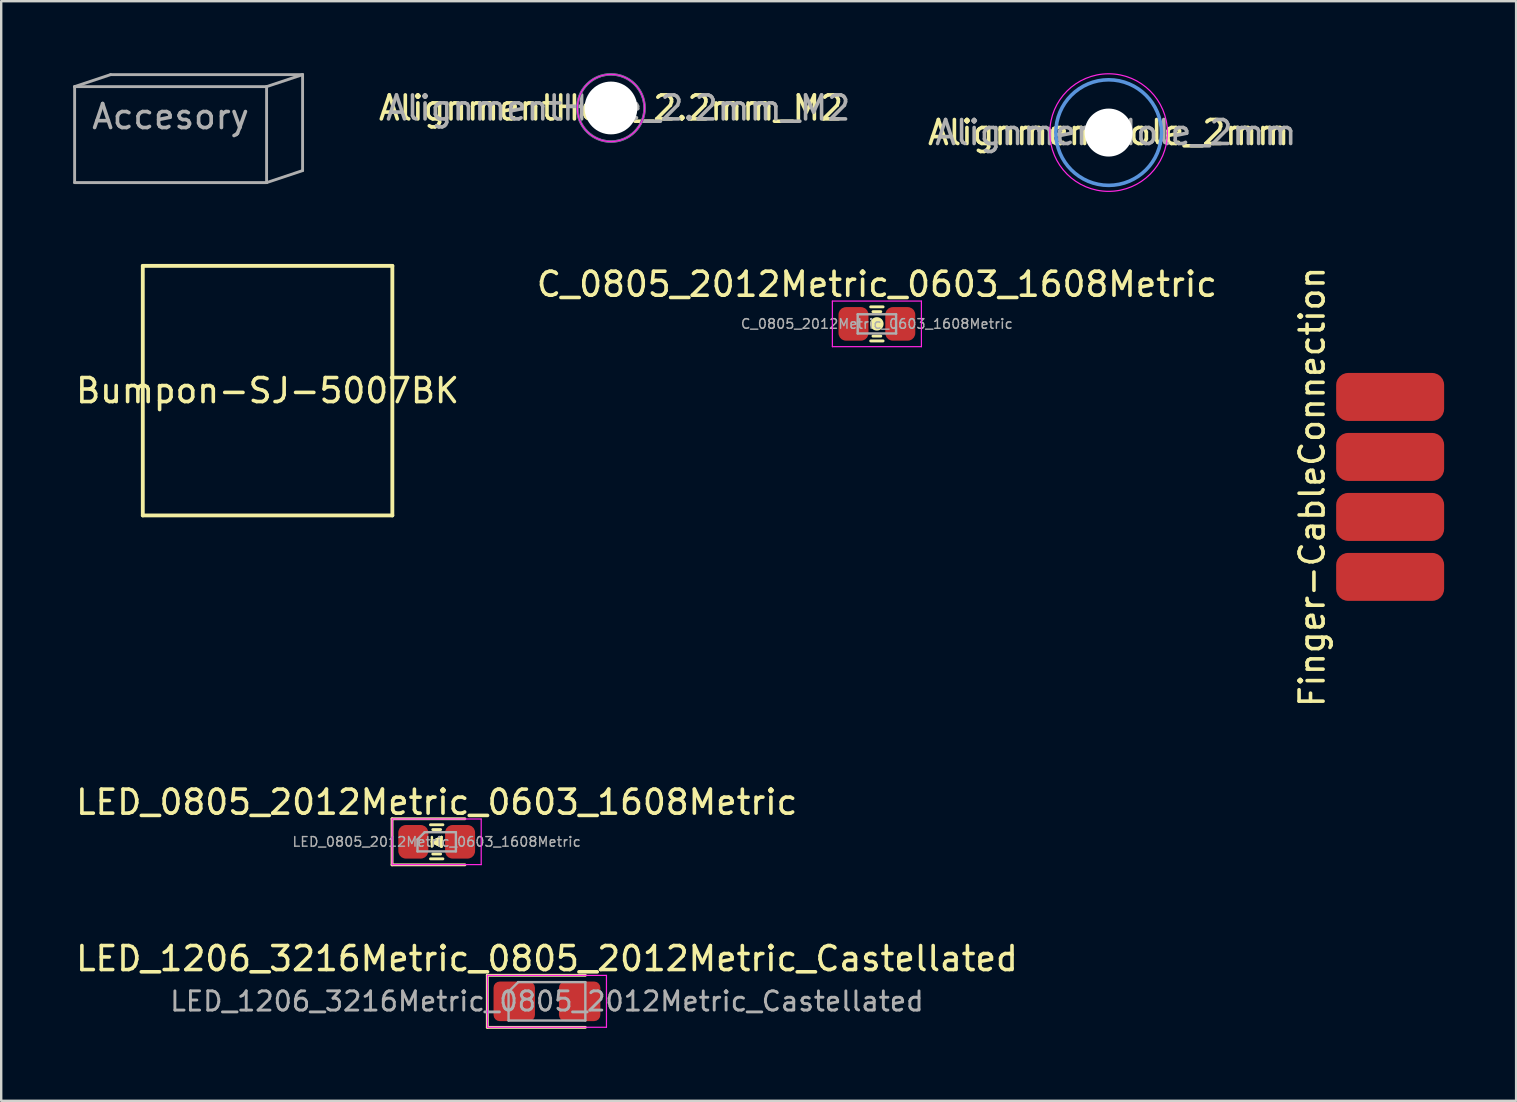
<source format=kicad_pcb>
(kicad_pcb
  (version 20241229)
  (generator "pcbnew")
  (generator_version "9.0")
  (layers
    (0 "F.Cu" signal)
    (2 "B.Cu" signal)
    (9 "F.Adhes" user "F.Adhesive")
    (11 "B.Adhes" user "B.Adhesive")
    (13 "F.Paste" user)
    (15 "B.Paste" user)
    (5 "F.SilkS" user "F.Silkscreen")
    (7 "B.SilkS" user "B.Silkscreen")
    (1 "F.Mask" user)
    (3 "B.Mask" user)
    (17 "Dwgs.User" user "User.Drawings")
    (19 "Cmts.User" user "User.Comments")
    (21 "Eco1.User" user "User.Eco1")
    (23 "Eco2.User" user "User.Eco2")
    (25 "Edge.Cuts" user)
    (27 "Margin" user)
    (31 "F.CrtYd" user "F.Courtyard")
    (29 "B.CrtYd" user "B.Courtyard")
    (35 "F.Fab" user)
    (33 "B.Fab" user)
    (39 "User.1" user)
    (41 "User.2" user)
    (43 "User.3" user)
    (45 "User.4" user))
  (footprint "LED_0805_2012Metric_0603_1608Metric"
    (layer "F.Cu")
    (at 15.149 32.032)
    (property "Reference" "LED_0805_2012Metric_0603_1608Metric" (at 0 -1.65 0) (layer "F.SilkS") (effects (font (size 1 1) (thickness 0.15))))
    (attr smd)
    (fp_line (start -1.86 -0.96) (end -1.86 0.96) (stroke (width 0.12) (type solid)) (layer "F.SilkS"))
    (fp_line (start -1.86 0.96) (end 1.175 0.96) (stroke (width 0.12) (type solid)) (layer "F.SilkS"))
    (fp_line (start -0.259 -0.71) (end 0.259 -0.71) (stroke (width 0.12) (type solid)) (layer "F.SilkS"))
    (fp_line (start -0.259 0.71) (end 0.259 0.71) (stroke (width 0.12) (type solid)) (layer "F.SilkS"))
    (fp_line (start -0.2 0) (end 0.2 -0.2) (stroke (width 0.1) (type solid)) (layer "F.SilkS"))
    (fp_line (start -0.2 0) (end 0.2 0.2) (stroke (width 0.1) (type solid)) (layer "F.SilkS"))
    (fp_line (start -0.2 0.2) (end -0.2 -0.2) (stroke (width 0.1) (type solid)) (layer "F.SilkS"))
    (fp_line (start -0.163 -0.51) (end 0.163 -0.51) (stroke (width 0.12) (type solid)) (layer "F.SilkS"))
    (fp_line (start -0.163 0.51) (end 0.163 0.51) (stroke (width 0.12) (type solid)) (layer "F.SilkS"))
    (fp_line (start 0.2 0.2) (end 0.2 -0.2) (stroke (width 0.1) (type solid)) (layer "F.SilkS"))
    (fp_line (start 1.175 -0.96) (end -1.86 -0.96) (stroke (width 0.12) (type solid)) (layer "F.SilkS"))
    (fp_poly (pts (xy 0.2 -0.2) (xy -0.2 0) (xy 0.2 0.2)) (stroke (width 0.1) (type solid)) (fill yes) (layer "F.SilkS"))
    (fp_line (start -1.855 -0.95) (end 1.855 -0.95) (stroke (width 0.05) (type solid)) (layer "F.CrtYd"))
    (fp_line (start -1.855 0.95) (end -1.855 -0.95) (stroke (width 0.05) (type solid)) (layer "F.CrtYd"))
    (fp_line (start 1.855 -0.95) (end 1.855 0.95) (stroke (width 0.05) (type solid)) (layer "F.CrtYd"))
    (fp_line (start 1.855 0.95) (end -1.855 0.95) (stroke (width 0.05) (type solid)) (layer "F.CrtYd"))
    (fp_line (start -0.8 -0.1) (end -0.8 0.4) (stroke (width 0.1) (type solid)) (layer "F.Fab"))
    (fp_line (start -0.8 0.4) (end 0.8 0.4) (stroke (width 0.1) (type solid)) (layer "F.Fab"))
    (fp_line (start -0.5 -0.4) (end -0.8 -0.1) (stroke (width 0.1) (type solid)) (layer "F.Fab"))
    (fp_line (start 0.8 -0.4) (end -0.5 -0.4) (stroke (width 0.1) (type solid)) (layer "F.Fab"))
    (fp_line (start 0.8 0.4) (end 0.8 -0.4) (stroke (width 0.1) (type solid)) (layer "F.Fab"))
    (fp_text user "${REFERENCE}" (at 0 0 0) (layer "F.Fab") (effects (font (size 0.4 0.4) (thickness 0.06))))
    (pad "1" smd roundrect (at -0.975 0) (size 1.25 1.4) (layers "F.Cu" "F.Mask" "F.Paste") (roundrect_rratio 0.25))
    (pad "2" smd roundrect (at 0.975 0) (size 1.25 1.4) (layers "F.Cu" "F.Mask" "F.Paste") (roundrect_rratio 0.25)))
  (footprint "LED_1206_3216Metric_0805_2012Metric_Castellated"
    (layer "F.Cu")
    (at 19.744 38.68)
    (property "Reference" "LED_1206_3216Metric_0805_2012Metric_Castellated" (at 0 -1.78 0) (layer "F.SilkS") (effects (font (size 1 1) (thickness 0.15))))
    (attr smd)
    (fp_line (start -2.485 -1.085) (end -2.485 1.085) (stroke (width 0.12) (type solid)) (layer "F.SilkS"))
    (fp_line (start -2.485 1.085) (end 1.6 1.085) (stroke (width 0.12) (type solid)) (layer "F.SilkS"))
    (fp_line (start 1.6 -1.085) (end -2.485 -1.085) (stroke (width 0.12) (type solid)) (layer "F.SilkS"))
    (fp_line (start -2.48 -1.08) (end 2.48 -1.08) (stroke (width 0.05) (type solid)) (layer "F.CrtYd"))
    (fp_line (start -2.48 1.08) (end -2.48 -1.08) (stroke (width 0.05) (type solid)) (layer "F.CrtYd"))
    (fp_line (start 2.48 -1.08) (end 2.48 1.08) (stroke (width 0.05) (type solid)) (layer "F.CrtYd"))
    (fp_line (start 2.48 1.08) (end -2.48 1.08) (stroke (width 0.05) (type solid)) (layer "F.CrtYd"))
    (fp_line (start -1.6 -0.4) (end -1.6 0.8) (stroke (width 0.1) (type solid)) (layer "F.Fab"))
    (fp_line (start -1.6 0.8) (end 1.6 0.8) (stroke (width 0.1) (type solid)) (layer "F.Fab"))
    (fp_line (start -1.2 -0.8) (end -1.6 -0.4) (stroke (width 0.1) (type solid)) (layer "F.Fab"))
    (fp_line (start 1.6 -0.8) (end -1.2 -0.8) (stroke (width 0.1) (type solid)) (layer "F.Fab"))
    (fp_line (start 1.6 0.8) (end 1.6 -0.8) (stroke (width 0.1) (type solid)) (layer "F.Fab"))
    (fp_text user "${REFERENCE}" (at 0 0 0) (layer "F.Fab") (effects (font (size 0.8 0.8) (thickness 0.12))))
    (pad "1" smd roundrect (at -1.363 0) (size 1.725 1.65) (layers "F.Cu" "F.Mask" "F.Paste") (roundrect_rratio 0.156))
    (pad "2" smd roundrect (at 1.363 0) (size 1.725 1.65) (layers "F.Cu" "F.Mask" "F.Paste") (roundrect_rratio 0.156)))
  (footprint "AlignmentHole_2mm"
    (layer "F.Cu")
    (at 43.152 2.475)
    (property "Reference" "AlignmentHole_2mm" (at 0 0 0) (layer "F.SilkS") (effects (font (size 1 1) (thickness 0.15))))
    (attr exclude_from_pos_files exclude_from_bom)
    (fp_circle (center 0 0) (end 2.2 0) (stroke (width 0.15) (type solid)) (fill no) (layer "Cmts.User"))
    (fp_circle (center 0 0) (end 2.45 0) (stroke (width 0.05) (type solid)) (fill no) (layer "F.CrtYd"))
    (fp_text user "${REFERENCE}" (at 0.3 0 0) (layer "F.Fab") (effects (font (size 1 1) (thickness 0.15))))
    (pad "" np_thru_hole circle (at 0 0) (size 2 2) (drill 2) (layers "*.Cu" "*.Mask")))
  (footprint "AlignmentHole_2.2mm_M2"
    (layer "F.Cu")
    (at 22.412 1.45)
    (property "Reference" "AlignmentHole_2.2mm_M2" (at 0 0 0) (layer "F.SilkS") (effects (font (size 1 1) (thickness 0.15))))
    (attr exclude_from_pos_files exclude_from_bom)
    (fp_circle (center 0 0) (end 1.4 0) (stroke (width 0.05) (type solid)) (fill no) (layer "F.CrtYd"))
    (fp_circle (center 0 0) (end 1.4 0) (stroke (width 0.1) (type solid)) (fill no) (layer "B.Fab"))
    (fp_circle (center 0 0) (end 1.4 0) (stroke (width 0.1) (type solid)) (fill no) (layer "F.Fab"))
    (fp_text user "${REFERENCE}" (at 0.3 0 0) (layer "F.Fab") (effects (font (size 1 1) (thickness 0.15))))
    (pad "" np_thru_hole circle (at 0 0) (size 2.2 2.2) (drill 2.2) (layers "*.Cu" "*.Mask")))
  (footprint "Bumpon-SJ-5007BK"
    (layer "F.Cu")
    (at 8.101 13.23)
    (property "Reference" "Bumpon-SJ-5007BK" (at 0 0 0) (layer "F.SilkS") (effects (font (size 1 1) (thickness 0.15))))
    (attr through_hole)
    (fp_line (start -5.2 -5.2) (end -5.2 5.2) (stroke (width 0.16) (type solid)) (layer "F.SilkS"))
    (fp_line (start -5.2 -5.2) (end 5.2 -5.2) (stroke (width 0.16) (type solid)) (layer "F.SilkS"))
    (fp_line (start -5.2 5.2) (end 5.2 5.2) (stroke (width 0.16) (type solid)) (layer "F.SilkS"))
    (fp_line (start 5.2 -5.2) (end 5.2 5.2) (stroke (width 0.16) (type solid)) (layer "F.SilkS")))
  (footprint "Accesory"
    (layer "F.Cu")
    (at 4.06 2.56)
    (property "Reference" "Accesory" (at 0 -0.75 0) (layer "F.Fab") (effects (font (size 1 1) (thickness 0.15))))
    (attr through_hole)
    (fp_line (start -4 -2) (end -2.5 -2.5) (stroke (width 0.12) (type solid)) (layer "F.Fab"))
    (fp_line (start -4 -2) (end 4 -2) (stroke (width 0.12) (type solid)) (layer "F.Fab"))
    (fp_line (start -4 2) (end -4 -2) (stroke (width 0.12) (type solid)) (layer "F.Fab"))
    (fp_line (start -2.5 -2.5) (end 5.5 -2.5) (stroke (width 0.12) (type solid)) (layer "F.Fab"))
    (fp_line (start 4 -2) (end 4 2) (stroke (width 0.12) (type solid)) (layer "F.Fab"))
    (fp_line (start 4 -2) (end 5.5 -2.5) (stroke (width 0.12) (type solid)) (layer "F.Fab"))
    (fp_line (start 4 2) (end -4 2) (stroke (width 0.12) (type solid)) (layer "F.Fab"))
    (fp_line (start 4 2) (end 5.5 1.5) (stroke (width 0.12) (type solid)) (layer "F.Fab"))
    (fp_line (start 5.5 -2.5) (end 5.5 1.5) (stroke (width 0.12) (type solid)) (layer "F.Fab")))
  (footprint "Finger-CableConnection"
    (layer "F.Cu")
    (at 54.884 17.242)
    (property "Reference" "Finger-CableConnection" (at -3.25 0 90) (layer "F.SilkS") (effects (font (size 1 1) (thickness 0.15))))
    (attr through_hole)
    (pad "1" smd roundrect (at 0 -3.75) (size 4.5 2) (layers "F.Cu" "F.Mask") (roundrect_rratio 0.25))
    (pad "2" smd roundrect (at 0 -1.25) (size 4.5 2) (layers "F.Cu" "F.Mask") (roundrect_rratio 0.25))
    (pad "3" smd roundrect (at 0 1.25 180) (size 4.5 2) (layers "F.Cu" "F.Mask") (roundrect_rratio 0.25))
    (pad "4" smd roundrect (at 0 3.75 180) (size 4.5 2) (layers "F.Cu" "F.Mask") (roundrect_rratio 0.25)))
  (footprint "C_0805_2012Metric_0603_1608Metric"
    (layer "F.Cu")
    (at 33.494 10.448)
    (property "Reference" "C_0805_2012Metric_0603_1608Metric" (at 0 -1.65 0) (layer "F.SilkS") (effects (font (size 1 1) (thickness 0.15))))
    (attr smd)
    (fp_line (start -0.259 -0.71) (end 0.259 -0.71) (stroke (width 0.12) (type solid)) (layer "F.SilkS"))
    (fp_line (start -0.259 0.71) (end 0.259 0.71) (stroke (width 0.12) (type solid)) (layer "F.SilkS"))
    (fp_line (start -0.163 -0.51) (end 0.163 -0.51) (stroke (width 0.12) (type solid)) (layer "F.SilkS"))
    (fp_line (start -0.163 0.51) (end 0.163 0.51) (stroke (width 0.12) (type solid)) (layer "F.SilkS"))
    (fp_circle (center 0 0) (end 0.2 0) (stroke (width 0.16) (type solid)) (fill no) (layer "F.SilkS"))
    (fp_poly (pts (xy 0.2 0) (xy 0.15 -0.15) (xy 0 -0.2) (xy -0.15 -0.15) (xy -0.2 0) (xy -0.15 0.15) (xy 0 0.2) (xy 0.15 0.15)) (stroke (width 0.1) (type solid)) (fill yes) (layer "F.SilkS"))
    (fp_line (start -1.855 -0.95) (end 1.855 -0.95) (stroke (width 0.05) (type solid)) (layer "F.CrtYd"))
    (fp_line (start -1.855 0.95) (end -1.855 -0.95) (stroke (width 0.05) (type solid)) (layer "F.CrtYd"))
    (fp_line (start 1.855 -0.95) (end 1.855 0.95) (stroke (width 0.05) (type solid)) (layer "F.CrtYd"))
    (fp_line (start 1.855 0.95) (end -1.855 0.95) (stroke (width 0.05) (type solid)) (layer "F.CrtYd"))
    (fp_line (start -0.8 -0.4) (end 0.8 -0.4) (stroke (width 0.1) (type solid)) (layer "F.Fab"))
    (fp_line (start -0.8 0.4) (end -0.8 -0.4) (stroke (width 0.1) (type solid)) (layer "F.Fab"))
    (fp_line (start 0.8 -0.4) (end 0.8 0.4) (stroke (width 0.1) (type solid)) (layer "F.Fab"))
    (fp_line (start 0.8 0.4) (end -0.8 0.4) (stroke (width 0.1) (type solid)) (layer "F.Fab"))
    (fp_text user "${REFERENCE}" (at 0 0 0) (layer "F.Fab") (effects (font (size 0.4 0.4) (thickness 0.06))))
    (pad "1" smd roundrect (at -0.975 0) (size 1.25 1.4) (layers "F.Cu" "F.Mask" "F.Paste") (roundrect_rratio 0.25))
    (pad "2" smd roundrect (at 0.975 0) (size 1.25 1.4) (layers "F.Cu" "F.Mask" "F.Paste") (roundrect_rratio 0.25)))
  (gr_rect
    (start -3 -3)
    (end 60.134 42.825)
    (stroke (width 0.1) (type default))
    (fill no)
    (layer "Edge.Cuts")))
</source>
